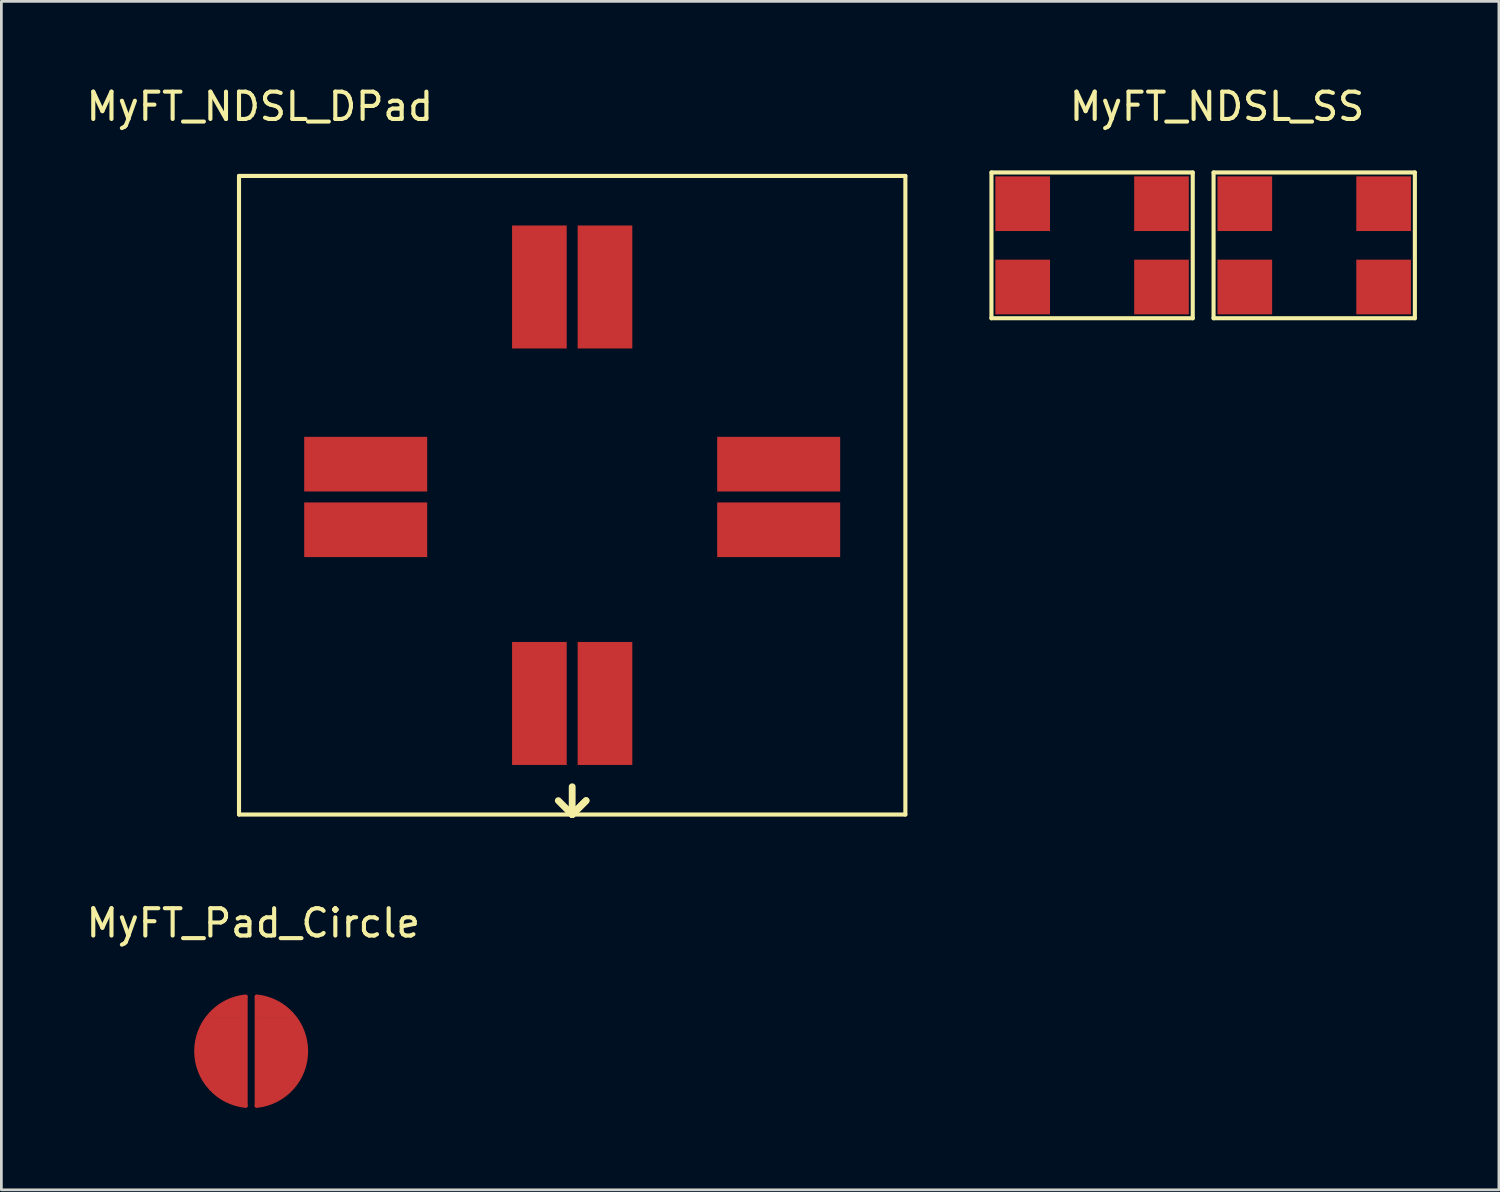
<source format=kicad_pcb>
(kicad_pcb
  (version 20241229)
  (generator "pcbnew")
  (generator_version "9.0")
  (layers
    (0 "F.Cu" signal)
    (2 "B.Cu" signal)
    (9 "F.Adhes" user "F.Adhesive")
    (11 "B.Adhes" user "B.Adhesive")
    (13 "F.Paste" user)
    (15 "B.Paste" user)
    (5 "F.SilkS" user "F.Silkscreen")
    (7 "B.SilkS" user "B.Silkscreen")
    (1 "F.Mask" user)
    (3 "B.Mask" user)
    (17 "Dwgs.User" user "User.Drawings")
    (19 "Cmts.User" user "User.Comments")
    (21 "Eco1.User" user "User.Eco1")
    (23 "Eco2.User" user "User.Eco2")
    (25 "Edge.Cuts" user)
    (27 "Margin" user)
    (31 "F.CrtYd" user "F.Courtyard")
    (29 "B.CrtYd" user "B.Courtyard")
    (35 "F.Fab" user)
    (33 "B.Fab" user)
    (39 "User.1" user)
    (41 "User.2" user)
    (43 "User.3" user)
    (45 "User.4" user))
  (footprint "MyFT_Pad_Circle"
    (layer "F.Cu")
    (at 6.141 35.415)
    (property "Reference" "MyFT_Pad_Circle" (at 0.079 -4.686 0) (layer "F.SilkS") (effects (font (size 1 1) (thickness 0.15))))
    (attr through_hole)
    (fp_line (start -1.93 0.381) (end -1.93 -0.432) (stroke (width 0.15) (type solid)) (layer "F.Cu"))
    (fp_line (start -1.829 0.711) (end -1.829 -0.711) (stroke (width 0.15) (type solid)) (layer "F.Cu"))
    (fp_line (start -0.229 -1.88) (end -0.533 -1.88) (stroke (width 0.15) (type solid)) (layer "F.Cu"))
    (fp_line (start -0.229 -1.778) (end -0.864 -1.778) (stroke (width 0.15) (type solid)) (layer "F.Cu"))
    (fp_line (start -0.229 -1.651) (end -1.092 -1.651) (stroke (width 0.15) (type solid)) (layer "F.Cu"))
    (fp_line (start -0.229 -1.524) (end -1.219 -1.524) (stroke (width 0.15) (type solid)) (layer "F.Cu"))
    (fp_line (start -0.229 -1.422) (end -1.346 -1.422) (stroke (width 0.15) (type solid)) (layer "F.Cu"))
    (fp_line (start -0.229 -1.295) (end -1.448 -1.295) (stroke (width 0.15) (type solid)) (layer "F.Cu"))
    (fp_line (start -0.229 -1.168) (end -1.575 -1.168) (stroke (width 0.15) (type solid)) (layer "F.Cu"))
    (fp_line (start -0.229 -1.041) (end -1.626 -1.041) (stroke (width 0.15) (type solid)) (layer "F.Cu"))
    (fp_line (start -0.229 1.041) (end -1.626 1.041) (stroke (width 0.15) (type solid)) (layer "F.Cu"))
    (fp_line (start -0.229 1.168) (end -1.549 1.168) (stroke (width 0.15) (type solid)) (layer "F.Cu"))
    (fp_line (start -0.229 1.295) (end -1.473 1.295) (stroke (width 0.15) (type solid)) (layer "F.Cu"))
    (fp_line (start -0.229 1.422) (end -1.346 1.422) (stroke (width 0.15) (type solid)) (layer "F.Cu"))
    (fp_line (start -0.229 1.549) (end -1.219 1.549) (stroke (width 0.15) (type solid)) (layer "F.Cu"))
    (fp_line (start -0.229 1.676) (end -1.016 1.676) (stroke (width 0.15) (type solid)) (layer "F.Cu"))
    (fp_line (start -0.229 1.803) (end -0.787 1.803) (stroke (width 0.15) (type solid)) (layer "F.Cu"))
    (fp_line (start -0.229 1.905) (end -0.432 1.905) (stroke (width 0.15) (type solid)) (layer "F.Cu"))
    (fp_line (start -0.203 -1.981) (end -0.203 1.981) (stroke (width 0.15) (type solid)) (layer "F.Cu"))
    (fp_line (start 0.203 -1.981) (end 0.203 1.981) (stroke (width 0.15) (type solid)) (layer "F.Cu"))
    (fp_line (start 0.229 -1.88) (end 0.533 -1.88) (stroke (width 0.15) (type solid)) (layer "F.Cu"))
    (fp_line (start 0.229 -1.778) (end 0.864 -1.778) (stroke (width 0.15) (type solid)) (layer "F.Cu"))
    (fp_line (start 0.229 -1.651) (end 1.092 -1.651) (stroke (width 0.15) (type solid)) (layer "F.Cu"))
    (fp_line (start 0.229 -1.524) (end 1.219 -1.524) (stroke (width 0.15) (type solid)) (layer "F.Cu"))
    (fp_line (start 0.229 -1.422) (end 1.346 -1.422) (stroke (width 0.15) (type solid)) (layer "F.Cu"))
    (fp_line (start 0.229 -1.295) (end 1.448 -1.295) (stroke (width 0.15) (type solid)) (layer "F.Cu"))
    (fp_line (start 0.229 -1.168) (end 1.575 -1.168) (stroke (width 0.15) (type solid)) (layer "F.Cu"))
    (fp_line (start 0.229 -1.041) (end 1.626 -1.041) (stroke (width 0.15) (type solid)) (layer "F.Cu"))
    (fp_line (start 0.229 1.041) (end 1.626 1.041) (stroke (width 0.15) (type solid)) (layer "F.Cu"))
    (fp_line (start 0.229 1.168) (end 1.549 1.168) (stroke (width 0.15) (type solid)) (layer "F.Cu"))
    (fp_line (start 0.229 1.295) (end 1.473 1.295) (stroke (width 0.15) (type solid)) (layer "F.Cu"))
    (fp_line (start 0.229 1.422) (end 1.346 1.422) (stroke (width 0.15) (type solid)) (layer "F.Cu"))
    (fp_line (start 0.229 1.549) (end 1.219 1.549) (stroke (width 0.15) (type solid)) (layer "F.Cu"))
    (fp_line (start 0.229 1.676) (end 1.016 1.676) (stroke (width 0.15) (type solid)) (layer "F.Cu"))
    (fp_line (start 0.229 1.803) (end 0.787 1.803) (stroke (width 0.15) (type solid)) (layer "F.Cu"))
    (fp_line (start 0.229 1.905) (end 0.432 1.905) (stroke (width 0.15) (type solid)) (layer "F.Cu"))
    (fp_line (start 1.829 0.711) (end 1.829 -0.711) (stroke (width 0.15) (type solid)) (layer "F.Cu"))
    (fp_line (start 1.93 0.381) (end 1.93 -0.432) (stroke (width 0.15) (type solid)) (layer "F.Cu"))
    (fp_arc (start -0.2 2) (mid -2.009975 0.001382) (end -0.202751 -1.999723) (stroke (width 0.15) (type solid)) (layer "F.Cu"))
    (fp_arc (start 0.202751 -1.999723) (mid 2.009975 0.001382) (end 0.2 2) (stroke (width 0.15) (type solid)) (layer "F.Cu"))
    (pad "1" smd rect (at -0.991 0 180) (size 1.6 2) (layers "F.Cu" "F.Mask" "F.Paste"))
    (pad "2" smd rect (at 0.991 0) (size 1.6 2) (layers "F.Cu" "F.Mask" "F.Paste")))
  (footprint "MyFT_NDSL_DPad"
    (layer "F.Cu")
    (at 17.888 15.072)
    (property "Reference" "MyFT_NDSL_DPad" (at -11.43 -14.224 0) (layer "F.SilkS") (effects (font (size 1 1) (thickness 0.15))))
    (attr through_hole)
    (fp_line (start -12.192 -11.684) (end -12.192 11.684) (stroke (width 0.15) (type solid)) (layer "F.SilkS"))
    (fp_line (start -12.192 -11.684) (end 12.192 -11.684) (stroke (width 0.15) (type solid)) (layer "F.SilkS"))
    (fp_line (start 0 10.668) (end 0 11.684) (stroke (width 0.25) (type solid)) (layer "F.SilkS"))
    (fp_line (start 0 11.684) (end -0.508 11.176) (stroke (width 0.25) (type solid)) (layer "F.SilkS"))
    (fp_line (start 0 11.684) (end 0.508 11.176) (stroke (width 0.25) (type solid)) (layer "F.SilkS"))
    (fp_line (start 0.508 11.176) (end 0 11.684) (stroke (width 0.25) (type solid)) (layer "F.SilkS"))
    (fp_line (start 12.192 -11.684) (end 12.192 11.684) (stroke (width 0.15) (type solid)) (layer "F.SilkS"))
    (fp_line (start 12.192 11.684) (end -12.192 11.684) (stroke (width 0.15) (type solid)) (layer "F.SilkS"))
    (pad "1" smd rect (at -1.2 -7.62) (size 2 4.5) (layers "F.Cu" "F.Mask" "F.Paste"))
    (pad "2" smd rect (at 1.2 7.62) (size 2 4.5) (layers "F.Cu" "F.Mask" "F.Paste"))
    (pad "3" smd rect (at -7.556 1.264 270) (size 2 4.5) (layers "F.Cu" "F.Mask" "F.Paste"))
    (pad "4" smd rect (at 7.556 -1.137 90) (size 2 4.5) (layers "F.Cu" "F.Mask" "F.Paste"))
    (pad "5" smd rect (at -7.556 -1.137 270) (size 2 4.5) (layers "F.Cu" "F.Mask" "F.Paste"))
    (pad "5" smd rect (at -1.2 7.62) (size 2 4.5) (layers "F.Cu" "F.Mask" "F.Paste"))
    (pad "5" smd rect (at 1.2 -7.62) (size 2 4.5) (layers "F.Cu" "F.Mask" "F.Paste"))
    (pad "5" smd rect (at 7.556 1.264 90) (size 2 4.5) (layers "F.Cu" "F.Mask" "F.Paste")))
  (footprint "MyFT_NDSL_SS"
    (layer "F.Cu")
    (at 40.977 5.928)
    (property "Reference" "MyFT_NDSL_SS" (at 0.508 -5.08 0) (layer "F.SilkS") (effects (font (size 1 1) (thickness 0.15))))
    (attr smd)
    (fp_line (start -7.747 -2.667) (end -0.381 -2.667) (stroke (width 0.15) (type solid)) (layer "F.SilkS"))
    (fp_line (start -7.747 2.667) (end -7.747 -2.667) (stroke (width 0.15) (type solid)) (layer "F.SilkS"))
    (fp_line (start -0.381 -2.667) (end -0.381 2.667) (stroke (width 0.15) (type solid)) (layer "F.SilkS"))
    (fp_line (start -0.381 2.667) (end -7.747 2.667) (stroke (width 0.15) (type solid)) (layer "F.SilkS"))
    (fp_line (start 0.381 -2.667) (end 7.747 -2.667) (stroke (width 0.15) (type solid)) (layer "F.SilkS"))
    (fp_line (start 0.381 2.667) (end 0.381 -2.667) (stroke (width 0.15) (type solid)) (layer "F.SilkS"))
    (fp_line (start 7.747 -2.667) (end 7.747 2.667) (stroke (width 0.15) (type solid)) (layer "F.SilkS"))
    (fp_line (start 7.747 2.667) (end 0.381 2.667) (stroke (width 0.15) (type solid)) (layer "F.SilkS"))
    (pad "1" smd rect (at -6.604 -1.524) (size 2 2) (layers "F.Cu" "F.Mask" "F.Paste"))
    (pad "1" smd rect (at -1.524 -1.524) (size 2 2) (layers "F.Cu" "F.Mask" "F.Paste"))
    (pad "2" smd rect (at -6.604 1.524) (size 2 2) (layers "F.Cu" "F.Mask" "F.Paste"))
    (pad "2" smd rect (at -1.524 1.524) (size 2 2) (layers "F.Cu" "F.Mask" "F.Paste"))
    (pad "3" smd rect (at 1.524 -1.524) (size 2 2) (layers "F.Cu" "F.Mask" "F.Paste"))
    (pad "3" smd rect (at 6.604 -1.524) (size 2 2) (layers "F.Cu" "F.Mask" "F.Paste"))
    (pad "4" smd rect (at 1.524 1.524) (size 2 2) (layers "F.Cu" "F.Mask" "F.Paste"))
    (pad "4" smd rect (at 6.604 1.524) (size 2 2) (layers "F.Cu" "F.Mask" "F.Paste")))
  (gr_rect
    (start -3 -3)
    (end 51.799 40.49)
    (stroke (width 0.1) (type default))
    (fill no)
    (layer "Edge.Cuts")))
</source>
